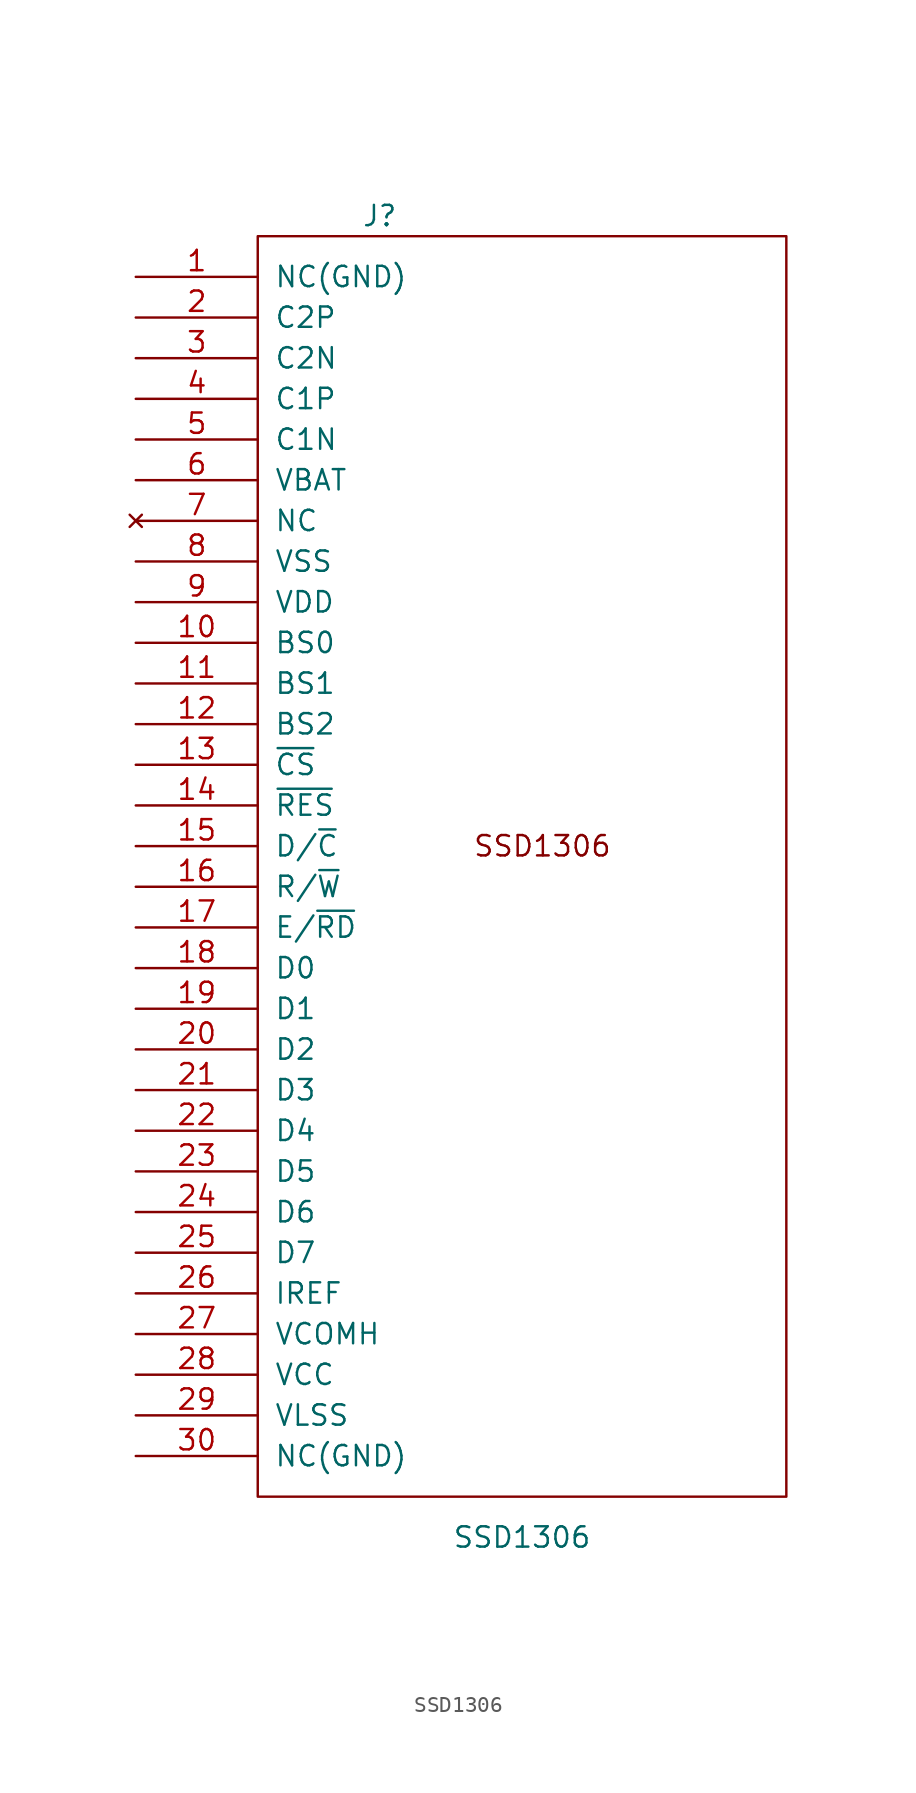
<source format=kicad_sym>
(kicad_symbol_lib
  (version 20231120)
  (generator "kicad_symbol_editor")
  (generator_version "8.0")
  (symbol "SSD1306"
    (pin_names
      (offset 1.016))
    (property "Reference" "J"
      (at -10.16 68.58 0)
      (effects (font (size 1.27 1.27))))
    (property "Value" "SSD1306"
      (at -1.27 -13.97 0)
      (effects (font (size 1.27 1.27))))
    (symbol "SSD1306_0_0"
      (text "SSD1306" (at 0 29.21 0) (effects (font (size 1.27 1.27)))))
    (symbol "SSD1306_0_1"
      (rectangle (start -17.78 -11.43) (end 15.24 67.31) (stroke (width 0) (type solid)) (fill (type none)))
      (pin passive line (at -25.4 57.15 0) (length 7.62) (name "C1P" (effects (font (size 1.27 1.27)))) (number "4" (effects (font (size 1.27 1.27))))))
    (symbol "SSD1306_1_1"
      (pin power_in line (at -25.4 64.77 0) (length 7.62) (name "NC(GND)" (effects (font (size 1.27 1.27)))) (number "1" (effects (font (size 1.27 1.27)))))
      (pin input line (at -25.4 41.91 0) (length 7.62) (name "BS0" (effects (font (size 1.27 1.27)))) (number "10" (effects (font (size 1.27 1.27)))))
      (pin input line (at -25.4 39.37 0) (length 7.62) (name "BS1" (effects (font (size 1.27 1.27)))) (number "11" (effects (font (size 1.27 1.27)))))
      (pin input line (at -25.4 36.83 0) (length 7.62) (name "BS2" (effects (font (size 1.27 1.27)))) (number "12" (effects (font (size 1.27 1.27)))))
      (pin input line (at -25.4 34.29 0) (length 7.62) (name "~{CS}" (effects (font (size 1.27 1.27)))) (number "13" (effects (font (size 1.27 1.27)))))
      (pin input line (at -25.4 31.75 0) (length 7.62) (name "~{RES}" (effects (font (size 1.27 1.27)))) (number "14" (effects (font (size 1.27 1.27)))))
      (pin input line (at -25.4 29.21 0) (length 7.62) (name "D/~{C}" (effects (font (size 1.27 1.27)))) (number "15" (effects (font (size 1.27 1.27)))))
      (pin input line (at -25.4 26.67 0) (length 7.62) (name "R/~{W}" (effects (font (size 1.27 1.27)))) (number "16" (effects (font (size 1.27 1.27)))))
      (pin input line (at -25.4 24.13 0) (length 7.62) (name "E/~{RD}" (effects (font (size 1.27 1.27)))) (number "17" (effects (font (size 1.27 1.27)))))
      (pin input line (at -25.4 21.59 0) (length 7.62) (name "D0" (effects (font (size 1.27 1.27)))) (number "18" (effects (font (size 1.27 1.27)))))
      (pin input line (at -25.4 19.05 0) (length 7.62) (name "D1" (effects (font (size 1.27 1.27)))) (number "19" (effects (font (size 1.27 1.27)))))
      (pin passive line (at -25.4 62.23 0) (length 7.62) (name "C2P" (effects (font (size 1.27 1.27)))) (number "2" (effects (font (size 1.27 1.27)))))
      (pin input line (at -25.4 16.51 0) (length 7.62) (name "D2" (effects (font (size 1.27 1.27)))) (number "20" (effects (font (size 1.27 1.27)))))
      (pin input line (at -25.4 13.97 0) (length 7.62) (name "D3" (effects (font (size 1.27 1.27)))) (number "21" (effects (font (size 1.27 1.27)))))
      (pin input line (at -25.4 11.43 0) (length 7.62) (name "D4" (effects (font (size 1.27 1.27)))) (number "22" (effects (font (size 1.27 1.27)))))
      (pin input line (at -25.4 8.89 0) (length 7.62) (name "D5" (effects (font (size 1.27 1.27)))) (number "23" (effects (font (size 1.27 1.27)))))
      (pin input line (at -25.4 6.35 0) (length 7.62) (name "D6" (effects (font (size 1.27 1.27)))) (number "24" (effects (font (size 1.27 1.27)))))
      (pin input line (at -25.4 3.81 0) (length 7.62) (name "D7" (effects (font (size 1.27 1.27)))) (number "25" (effects (font (size 1.27 1.27)))))
      (pin input line (at -25.4 1.27 0) (length 7.62) (name "IREF" (effects (font (size 1.27 1.27)))) (number "26" (effects (font (size 1.27 1.27)))))
      (pin power_in line (at -25.4 -1.27 0) (length 7.62) (name "VCOMH" (effects (font (size 1.27 1.27)))) (number "27" (effects (font (size 1.27 1.27)))))
      (pin power_in line (at -25.4 -3.81 0) (length 7.62) (name "VCC" (effects (font (size 1.27 1.27)))) (number "28" (effects (font (size 1.27 1.27)))))
      (pin power_in line (at -25.4 -6.35 0) (length 7.62) (name "VLSS" (effects (font (size 1.27 1.27)))) (number "29" (effects (font (size 1.27 1.27)))))
      (pin passive line (at -25.4 59.69 0) (length 7.62) (name "C2N" (effects (font (size 1.27 1.27)))) (number "3" (effects (font (size 1.27 1.27)))))
      (pin power_in line (at -25.4 -8.89 0) (length 7.62) (name "NC(GND)" (effects (font (size 1.27 1.27)))) (number "30" (effects (font (size 1.27 1.27)))))
      (pin passive line (at -25.4 54.61 0) (length 7.62) (name "C1N" (effects (font (size 1.27 1.27)))) (number "5" (effects (font (size 1.27 1.27)))))
      (pin power_in line (at -25.4 52.07 0) (length 7.62) (name "VBAT" (effects (font (size 1.27 1.27)))) (number "6" (effects (font (size 1.27 1.27)))))
      (pin no_connect line (at -25.4 49.53 0) (length 7.62) (name "NC" (effects (font (size 1.27 1.27)))) (number "7" (effects (font (size 1.27 1.27)))))
      (pin power_in line (at -25.4 46.99 0) (length 7.62) (name "VSS" (effects (font (size 1.27 1.27)))) (number "8" (effects (font (size 1.27 1.27)))))
      (pin power_in line (at -25.4 44.45 0) (length 7.62) (name "VDD" (effects (font (size 1.27 1.27)))) (number "9" (effects (font (size 1.27 1.27))))))))
</source>
